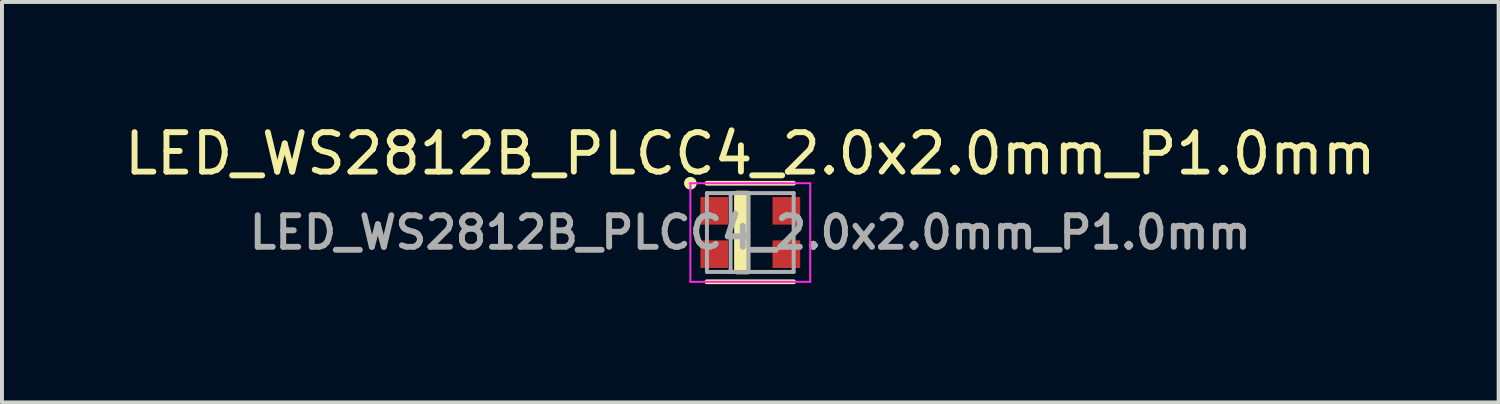
<source format=kicad_pcb>
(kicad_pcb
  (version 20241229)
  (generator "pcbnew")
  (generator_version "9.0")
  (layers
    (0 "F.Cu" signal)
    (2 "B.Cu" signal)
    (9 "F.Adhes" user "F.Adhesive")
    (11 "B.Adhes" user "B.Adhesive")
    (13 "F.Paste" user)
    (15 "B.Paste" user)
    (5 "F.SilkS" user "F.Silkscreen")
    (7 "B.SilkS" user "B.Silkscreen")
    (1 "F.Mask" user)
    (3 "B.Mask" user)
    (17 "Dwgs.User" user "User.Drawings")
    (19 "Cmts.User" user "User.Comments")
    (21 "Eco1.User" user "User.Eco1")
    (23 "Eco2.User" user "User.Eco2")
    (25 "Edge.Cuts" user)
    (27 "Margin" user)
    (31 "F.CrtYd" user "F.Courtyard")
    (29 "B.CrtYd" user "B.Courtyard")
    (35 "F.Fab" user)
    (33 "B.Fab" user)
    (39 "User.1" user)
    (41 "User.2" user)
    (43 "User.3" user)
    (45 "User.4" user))
  (footprint "LED_WS2812B_PLCC4_2.0x2.0mm_P1.0mm"
    (layer "F.Cu")
    (at 15.982 2.848)
    (property "Reference" "LED_WS2812B_PLCC4_2.0x2.0mm_P1.0mm" (at 0 -2 0) (layer "F.SilkS") (effects (font (size 1 1) (thickness 0.15))))
    (attr smd)
    (fp_line (start -1.1 -1.25) (end 1.1 -1.25) (stroke (width 0.12) (type solid)) (layer "F.SilkS"))
    (fp_line (start -1.1 1.25) (end 1.1 1.25) (stroke (width 0.12) (type solid)) (layer "F.SilkS"))
    (fp_rect (start -0.35 -1) (end -0.06 1) (stroke (width 0.12) (type solid)) (fill yes) (layer "F.SilkS"))
    (fp_circle (center -1.52 -1.25) (end -1.42 -1.25) (stroke (width 0.12) (type solid)) (fill yes) (layer "F.SilkS"))
    (fp_line (start -1.52 -1.25) (end -1.52 1.25) (stroke (width 0.05) (type solid)) (layer "F.CrtYd"))
    (fp_line (start -1.52 1.25) (end 1.52 1.25) (stroke (width 0.05) (type solid)) (layer "F.CrtYd"))
    (fp_line (start 1.52 -1.25) (end -1.52 -1.25) (stroke (width 0.05) (type solid)) (layer "F.CrtYd"))
    (fp_line (start 1.52 1.25) (end 1.52 -1.25) (stroke (width 0.05) (type solid)) (layer "F.CrtYd"))
    (fp_line (start -1.1 -1) (end -1.1 1) (stroke (width 0.1) (type solid)) (layer "F.Fab"))
    (fp_line (start -1.1 1) (end 1.1 1) (stroke (width 0.1) (type solid)) (layer "F.Fab"))
    (fp_line (start 1.1 -1) (end -1.1 -1) (stroke (width 0.1) (type solid)) (layer "F.Fab"))
    (fp_line (start 1.1 1) (end 1.1 -1) (stroke (width 0.1) (type solid)) (layer "F.Fab"))
    (fp_rect (start -0.5 -1) (end -0.05 1) (stroke (width 0.1) (type solid)) (fill no) (layer "F.Fab"))
    (fp_text user "${REFERENCE}" (at 0 0 0) (layer "F.Fab") (effects (font (size 0.8 0.8) (thickness 0.15))))
    (pad "1" smd rect (at -0.915 -0.55) (size 0.7 0.7) (layers "F.Cu" "F.Mask" "F.Paste"))
    (pad "2" smd rect (at -0.915 0.55) (size 0.7 0.7) (layers "F.Cu" "F.Mask" "F.Paste"))
    (pad "3" smd rect (at 0.915 0.55) (size 0.7 0.7) (layers "F.Cu" "F.Mask" "F.Paste"))
    (pad "4" smd rect (at 0.915 -0.55) (size 0.7 0.7) (layers "F.Cu" "F.Mask" "F.Paste")))
  (gr_rect
    (start -3 -3)
    (end 34.964 7.158)
    (stroke (width 0.1) (type default))
    (fill no)
    (layer "Edge.Cuts")))
</source>
